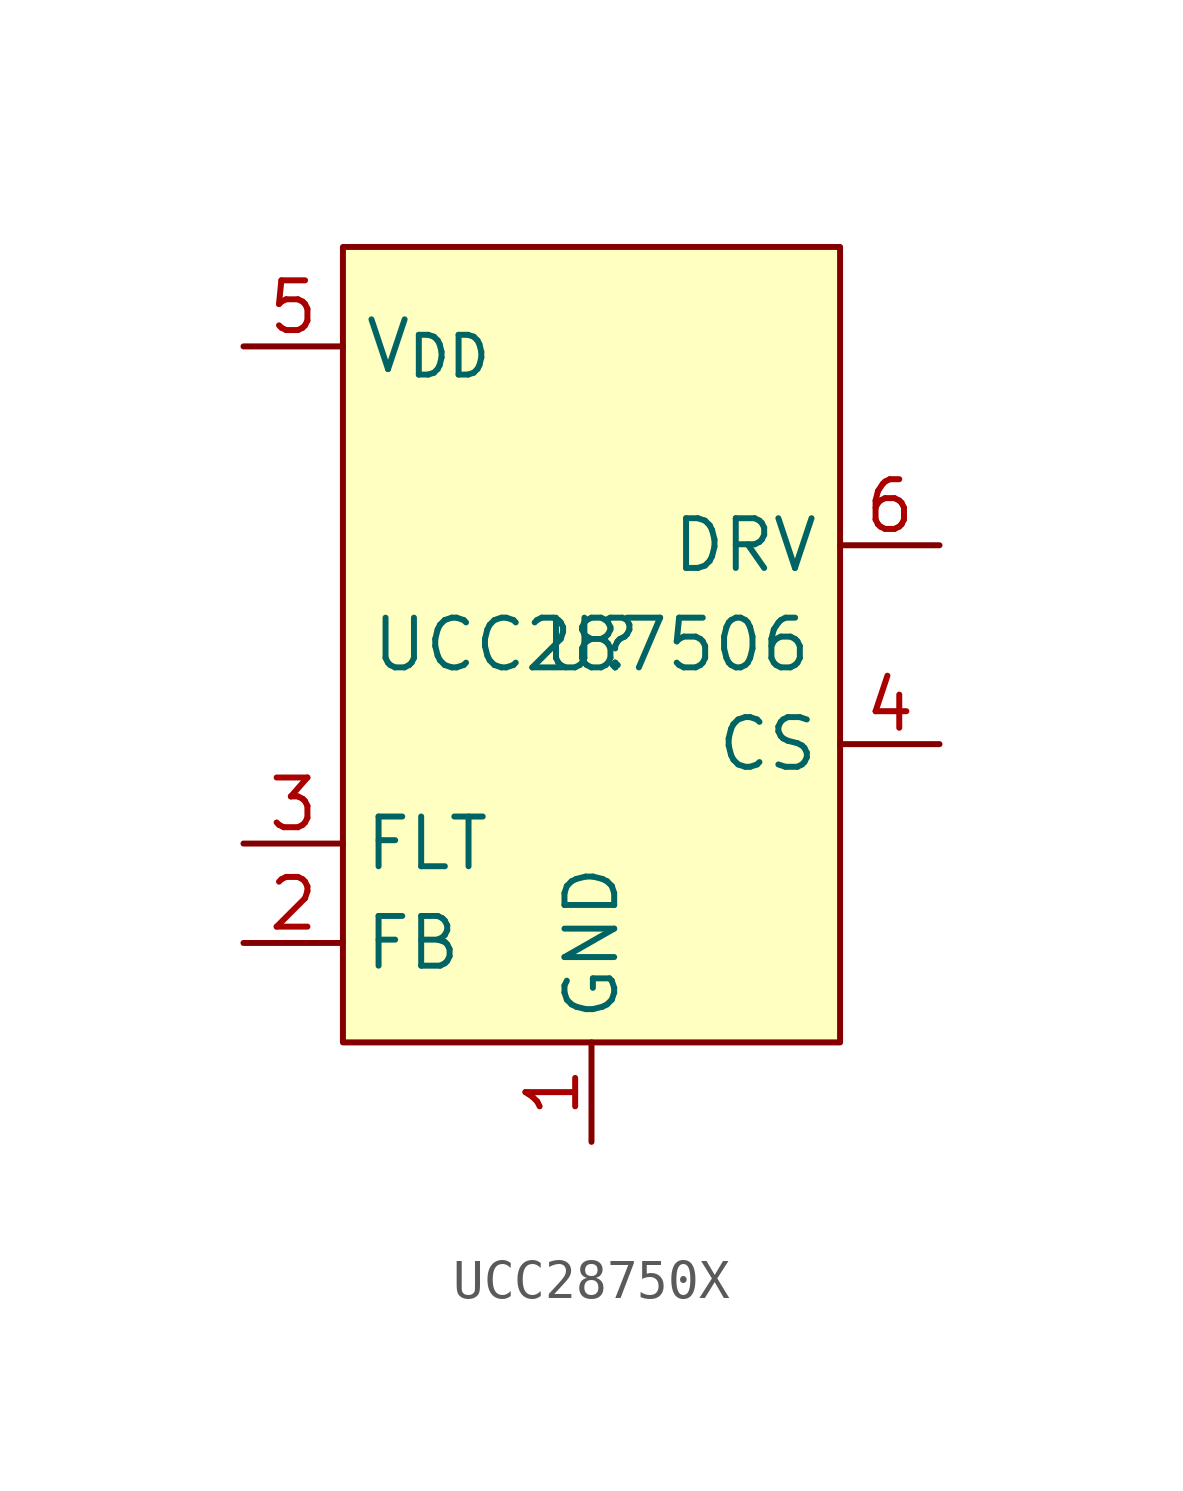
<source format=kicad_sym>
(kicad_symbol_lib
  (version 20220914)
  (generator kicad_symbol_editor)
  (symbol "UCC28750X"
    (property "Reference" "U"
      (at 0 0 0)
      (effects (font (size 1.27 1.27))))
    (property "Value" "UCC287506"
      (at 0 0 0)
      (effects (font (size 1.27 1.27))))
    (symbol "UCC28750X_1_1"
      (rectangle (start -6.35 10.16) (end 6.35 -10.16) (stroke (width 0) (type default)) (fill (type background)))
      (pin input line (at 0 -12.7 90) (length 2.54) (name "GND" (effects (font (size 1.27 1.27)))) (number "1" (effects (font (size 1.27 1.27)))))
      (pin input line (at -8.89 -7.62 0) (length 2.54) (name "FB" (effects (font (size 1.27 1.27)))) (number "2" (effects (font (size 1.27 1.27)))))
      (pin input line (at -8.89 -5.08 0) (length 2.54) (name "FLT" (effects (font (size 1.27 1.27)))) (number "3" (effects (font (size 1.27 1.27)))))
      (pin input line (at 8.89 -2.54 180) (length 2.54) (name "CS" (effects (font (size 1.27 1.27)))) (number "4" (effects (font (size 1.27 1.27)))))
      (pin power_in line (at -8.89 7.62 0) (length 2.54) (name "V_{DD}" (effects (font (size 1.27 1.27)))) (number "5" (effects (font (size 1.27 1.27)))))
      (pin input line (at 8.89 2.54 180) (length 2.54) (name "DRV" (effects (font (size 1.27 1.27)))) (number "6" (effects (font (size 1.27 1.27))))))))
</source>
